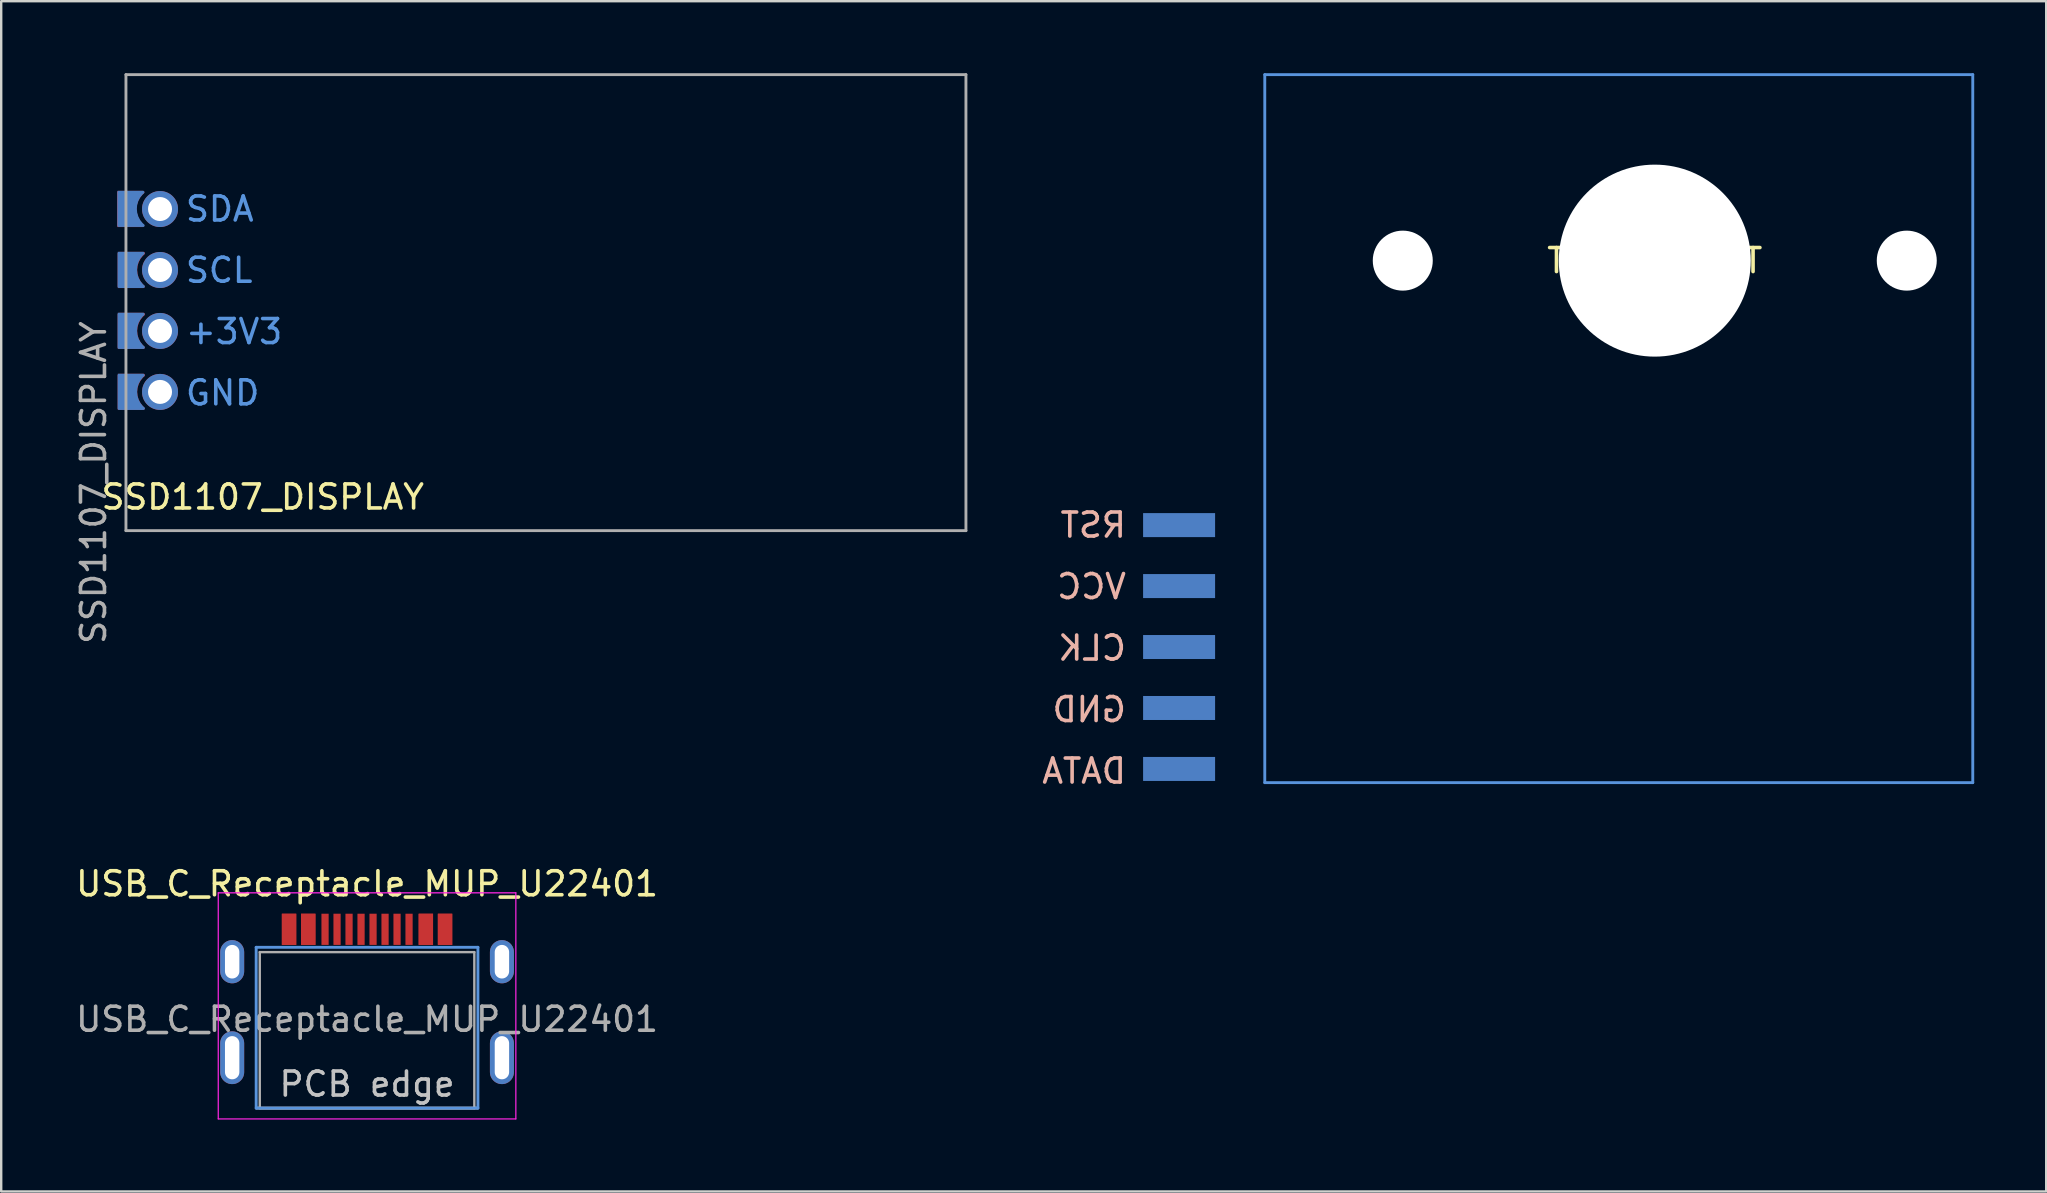
<source format=kicad_pcb>
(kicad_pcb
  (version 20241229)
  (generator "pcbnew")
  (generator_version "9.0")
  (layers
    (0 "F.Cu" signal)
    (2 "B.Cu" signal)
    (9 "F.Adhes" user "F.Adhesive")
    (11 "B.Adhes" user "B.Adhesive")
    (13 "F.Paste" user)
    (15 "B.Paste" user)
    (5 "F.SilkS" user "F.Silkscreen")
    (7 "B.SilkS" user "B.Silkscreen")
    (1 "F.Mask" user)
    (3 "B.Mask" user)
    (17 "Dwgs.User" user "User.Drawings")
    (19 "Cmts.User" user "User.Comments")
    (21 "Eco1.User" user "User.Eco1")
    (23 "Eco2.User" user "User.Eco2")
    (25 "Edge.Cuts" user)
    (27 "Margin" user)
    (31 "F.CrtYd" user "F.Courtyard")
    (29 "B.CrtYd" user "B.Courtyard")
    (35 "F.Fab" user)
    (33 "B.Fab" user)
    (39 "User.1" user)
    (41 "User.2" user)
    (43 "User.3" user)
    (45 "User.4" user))
  (footprint "SSD1107_DISPLAY"
    (layer "F.Cu")
    (at 2.198 19.06)
    (property "Reference" "SSD1107_DISPLAY" (at 5.7 -1.4 180) (layer "F.SilkS") (effects (font (size 1 1) (thickness 0.15))))
    (attr through_hole)
    (fp_line (start 0 0) (end 0 -19) (stroke (width 0.12) (type solid)) (layer "F.Fab"))
    (fp_line (start 35 -19) (end 0 -19) (stroke (width 0.12) (type solid)) (layer "F.Fab"))
    (fp_line (start 35 0) (end 0 0) (stroke (width 0.12) (type solid)) (layer "F.Fab"))
    (fp_line (start 35 0) (end 35 -19) (stroke (width 0.12) (type solid)) (layer "F.Fab"))
    (fp_text user "+3V3" (at 4.505 -8.293 0) (layer "Cmts.User") (effects (font (size 1 1) (thickness 0.15))))
    (fp_text user "SCL" (at 3.886 -10.847 0) (layer "Cmts.User") (effects (font (size 1 1) (thickness 0.15))))
    (fp_text user "GND" (at 4.029 -5.74 0) (layer "Cmts.User") (effects (font (size 1 1) (thickness 0.15))))
    (fp_text user "SDA" (at 3.91 -13.4 0) (layer "Cmts.User") (effects (font (size 1 1) (thickness 0.15))))
    (fp_text user "${REFERENCE}" (at -1.35 -2 270) (layer "F.Fab") (effects (font (size 1 1) (thickness 0.15))))
    (pad "" thru_hole oval (at 1.42 -13.4 180) (size 1.5 1.5) (drill 1) (layers "*.Cu" "*.Mask"))
    (pad "" thru_hole oval (at 1.42 -10.86 180) (size 1.5 1.5) (drill 1) (layers "*.Cu" "*.Mask"))
    (pad "" thru_hole oval (at 1.42 -8.32 180) (size 1.5 1.5) (drill 1) (layers "*.Cu" "*.Mask"))
    (pad "" thru_hole circle (at 1.42 -5.78 180) (size 1.5 1.5) (drill 1) (layers "*.Cu" "*.Mask"))
    (pad "1" smd custom (at 0.05 -13.41) (size 0.8 1.5) (layers "B.Cu" "B.Mask" "B.Paste") (options (anchor rect)) (primitives (gr_poly (pts (xy 0.56 -0.67) (xy 0.34 -0.67) (xy 0.34 -0.3)) (width 0.1) (fill yes)) (gr_line (start 0.67 0.697) (end -0.35 0.697) (width 0.12)) (gr_poly (pts (xy 0.54 0.67) (xy 0.32 0.67) (xy 0.32 0.3)) (width 0.1) (fill yes)) (gr_line (start -0.35 0.697) (end -0.35 -0.69) (width 0.12)) (gr_arc (start 0.67 0.697) (mid 0.346834 0.00607) (end 0.660787 -0.689095) (width 0.12)) (gr_line (start -0.35 -0.69) (end 0.66 -0.69) (width 0.12))))
    (pad "1" smd custom (at 0.064 -5.779) (size 0.8 1.5) (layers "F.Cu" "F.Mask" "F.Paste") (options (anchor rect)) (primitives (gr_poly (pts (xy 0.56 0.67) (xy 0.34 0.67) (xy 0.34 0.3)) (width 0.1) (fill yes)) (gr_line (start 0.67 -0.697) (end -0.35 -0.697) (width 0.12)) (gr_poly (pts (xy 0.54 -0.67) (xy 0.32 -0.67) (xy 0.32 -0.3)) (width 0.1) (fill yes)) (gr_line (start -0.35 -0.697) (end -0.35 0.69) (width 0.12)) (gr_arc (start 0.660787 0.689095) (mid 0.346834 -0.00607) (end 0.67 -0.697) (width 0.12)) (gr_line (start -0.35 0.69) (end 0.66 0.69) (width 0.12))))
    (pad "2" smd custom (at 0.06 -10.868) (size 0.8 1.5) (layers "B.Cu" "B.Mask" "B.Paste") (options (anchor rect)) (primitives (gr_poly (pts (xy 0.56 -0.67) (xy 0.34 -0.67) (xy 0.34 -0.3)) (width 0.1) (fill yes)) (gr_line (start 0.67 0.697) (end -0.35 0.697) (width 0.12)) (gr_poly (pts (xy 0.54 0.67) (xy 0.32 0.67) (xy 0.32 0.3)) (width 0.1) (fill yes)) (gr_line (start -0.35 0.697) (end -0.35 -0.69) (width 0.12)) (gr_arc (start 0.67 0.697) (mid 0.346834 0.00607) (end 0.660787 -0.689095) (width 0.12)) (gr_line (start -0.35 -0.69) (end 0.66 -0.69) (width 0.12))))
    (pad "2" smd custom (at 0.064 -8.319) (size 0.8 1.5) (layers "F.Cu" "F.Mask" "F.Paste") (options (anchor rect)) (primitives (gr_poly (pts (xy 0.56 0.67) (xy 0.34 0.67) (xy 0.34 0.3)) (width 0.1) (fill yes)) (gr_line (start 0.67 -0.697) (end -0.35 -0.697) (width 0.12)) (gr_poly (pts (xy 0.54 -0.67) (xy 0.32 -0.67) (xy 0.32 -0.3)) (width 0.1) (fill yes)) (gr_line (start -0.35 -0.697) (end -0.35 0.69) (width 0.12)) (gr_arc (start 0.660787 0.689095) (mid 0.346834 -0.00607) (end 0.67 -0.697) (width 0.12)) (gr_line (start -0.35 0.69) (end 0.66 0.69) (width 0.12))))
    (pad "3" smd custom (at 0.06 -8.329) (size 0.8 1.5) (layers "B.Cu" "B.Mask" "B.Paste") (options (anchor rect)) (primitives (gr_poly (pts (xy 0.56 -0.67) (xy 0.34 -0.67) (xy 0.34 -0.3)) (width 0.1) (fill yes)) (gr_line (start 0.67 0.697) (end -0.35 0.697) (width 0.12)) (gr_poly (pts (xy 0.54 0.67) (xy 0.32 0.67) (xy 0.32 0.3)) (width 0.1) (fill yes)) (gr_line (start -0.35 0.697) (end -0.35 -0.69) (width 0.12)) (gr_arc (start 0.67 0.697) (mid 0.346834 0.00607) (end 0.660787 -0.689095) (width 0.12)) (gr_line (start -0.35 -0.69) (end 0.66 -0.69) (width 0.12))))
    (pad "3" smd custom (at 0.064 -10.858) (size 0.8 1.5) (layers "F.Cu" "F.Mask" "F.Paste") (options (anchor rect)) (primitives (gr_poly (pts (xy 0.56 0.67) (xy 0.34 0.67) (xy 0.34 0.3)) (width 0.1) (fill yes)) (gr_line (start 0.67 -0.697) (end -0.35 -0.697) (width 0.12)) (gr_poly (pts (xy 0.54 -0.67) (xy 0.32 -0.67) (xy 0.32 -0.3)) (width 0.1) (fill yes)) (gr_line (start -0.35 -0.697) (end -0.35 0.69) (width 0.12)) (gr_arc (start 0.660787 0.689095) (mid 0.346834 -0.00607) (end 0.67 -0.697) (width 0.12)) (gr_line (start -0.35 0.69) (end 0.66 0.69) (width 0.12))))
    (pad "4" smd custom (at 0.04 -13.4) (size 0.8 1.5) (layers "F.Cu" "F.Mask" "F.Paste") (options (anchor rect)) (primitives (gr_poly (pts (xy 0.56 0.67) (xy 0.34 0.67) (xy 0.34 0.3)) (width 0.1) (fill yes)) (gr_line (start 0.67 -0.697) (end -0.35 -0.697) (width 0.12)) (gr_poly (pts (xy 0.54 -0.67) (xy 0.32 -0.67) (xy 0.32 -0.3)) (width 0.1) (fill yes)) (gr_line (start -0.35 -0.697) (end -0.35 0.69) (width 0.12)) (gr_arc (start 0.660787 0.689095) (mid 0.346834 -0.00607) (end 0.67 -0.697) (width 0.12)) (gr_line (start -0.35 0.69) (end 0.66 0.69) (width 0.12))))
    (pad "4" smd custom (at 0.062 -5.787) (size 0.8 1.5) (layers "B.Cu" "B.Mask" "B.Paste") (options (anchor rect)) (primitives (gr_poly (pts (xy 0.56 -0.67) (xy 0.34 -0.67) (xy 0.34 -0.3)) (width 0.1) (fill yes)) (gr_line (start 0.67 0.697) (end -0.35 0.697) (width 0.12)) (gr_poly (pts (xy 0.54 0.67) (xy 0.32 0.67) (xy 0.32 0.3)) (width 0.1) (fill yes)) (gr_line (start -0.35 0.697) (end -0.35 -0.69) (width 0.12)) (gr_arc (start 0.67 0.697) (mid 0.346834 0.00607) (end 0.660787 -0.689095) (width 0.12)) (gr_line (start -0.35 -0.69) (end 0.66 -0.69) (width 0.12)))))
  (footprint "USB_C_Receptacle_MUP_U22401"
    (layer "F.Cu")
    (at 12.244 39.072)
    (property "Reference" "USB_C_Receptacle_MUP_U22401" (at 0 -5.295 0) (layer "F.SilkS") (effects (font (size 1 1) (thickness 0.15))))
    (attr smd)
    (fp_line (start -4.6 4.05) (end 4.6 4.05) (stroke (width 0.12) (type solid)) (layer "Dwgs.User"))
    (fp_line (start -4.62 4.05) (end -4.62 -2.65) (stroke (width 0.12) (type solid)) (layer "Cmts.User"))
    (fp_line (start -4.62 4.05) (end 4.62 4.05) (stroke (width 0.12) (type solid)) (layer "Cmts.User"))
    (fp_line (start 4.62 -2.65) (end -4.62 -2.65) (stroke (width 0.12) (type solid)) (layer "Cmts.User"))
    (fp_line (start 4.62 4.05) (end 4.62 -2.65) (stroke (width 0.12) (type solid)) (layer "Cmts.User"))
    (fp_line (start -6.2 -4.92) (end -6.2 4.5) (stroke (width 0.05) (type solid)) (layer "F.CrtYd"))
    (fp_line (start -6.2 -4.92) (end 6.2 -4.92) (stroke (width 0.05) (type solid)) (layer "F.CrtYd"))
    (fp_line (start -6.2 4.5) (end 6.2 4.5) (stroke (width 0.05) (type solid)) (layer "F.CrtYd"))
    (fp_line (start 6.2 -4.92) (end 6.2 4.5) (stroke (width 0.05) (type solid)) (layer "F.CrtYd"))
    (fp_line (start -4.47 -2.45) (end -4.47 4.05) (stroke (width 0.1) (type solid)) (layer "F.Fab"))
    (fp_line (start -4.47 -2.45) (end 4.47 -2.45) (stroke (width 0.1) (type solid)) (layer "F.Fab"))
    (fp_line (start -4.47 4.05) (end 4.47 4.05) (stroke (width 0.1) (type solid)) (layer "F.Fab"))
    (fp_line (start 4.47 -2.45) (end 4.47 4.05) (stroke (width 0.1) (type solid)) (layer "F.Fab"))
    (fp_text user "PCB edge" (at 0 3.05 0) (layer "Dwgs.User") (effects (font (size 1 1) (thickness 0.15))))
    (fp_text user "${REFERENCE}" (at 0 0.35 0) (layer "F.Fab") (effects (font (size 1 1) (thickness 0.15))))
    (pad "A1" smd rect (at -3.25 -3.4) (size 0.6 1.3) (layers "F.Cu" "F.Mask" "F.Paste"))
    (pad "A4" smd rect (at -2.45 -3.4) (size 0.6 1.3) (layers "F.Cu" "F.Mask" "F.Paste"))
    (pad "A5" smd rect (at -1.25 -3.4) (size 0.3 1.3) (layers "F.Cu" "F.Mask" "F.Paste"))
    (pad "A6" smd rect (at -0.25 -3.4) (size 0.3 1.3) (layers "F.Cu" "F.Mask" "F.Paste"))
    (pad "A7" smd rect (at 0.25 -3.4) (size 0.3 1.3) (layers "F.Cu" "F.Mask" "F.Paste"))
    (pad "A8" smd rect (at 1.25 -3.4) (size 0.3 1.3) (layers "F.Cu" "F.Mask" "F.Paste"))
    (pad "A9" smd rect (at 2.45 -3.4) (size 0.6 1.3) (layers "F.Cu" "F.Mask" "F.Paste"))
    (pad "A12" smd rect (at 3.25 -3.4) (size 0.6 1.3) (layers "F.Cu" "F.Mask" "F.Paste"))
    (pad "B1" smd rect (at 3.25 -3.4) (size 0.6 1.3) (layers "F.Cu" "F.Mask" "F.Paste"))
    (pad "B4" smd rect (at 2.45 -3.4) (size 0.6 1.3) (layers "F.Cu" "F.Mask" "F.Paste"))
    (pad "B5" smd rect (at 1.75 -3.4) (size 0.3 1.3) (layers "F.Cu" "F.Mask" "F.Paste"))
    (pad "B6" smd rect (at 0.75 -3.4) (size 0.3 1.3) (layers "F.Cu" "F.Mask" "F.Paste"))
    (pad "B7" smd rect (at -0.75 -3.4) (size 0.3 1.3) (layers "F.Cu" "F.Mask" "F.Paste"))
    (pad "B8" smd rect (at -1.75 -3.4) (size 0.3 1.3) (layers "F.Cu" "F.Mask" "F.Paste"))
    (pad "B9" smd rect (at -2.45 -3.4) (size 0.6 1.3) (layers "F.Cu" "F.Mask" "F.Paste"))
    (pad "B12" smd rect (at -3.25 -3.4) (size 0.6 1.3) (layers "F.Cu" "F.Mask" "F.Paste"))
    (pad "S1" thru_hole oval (at -5.62 -2.05) (size 1 1.8) (drill oval 0.6 1.4) (layers "*.Cu" "*.Mask"))
    (pad "S1" thru_hole oval (at -5.62 1.95) (size 1 2.2) (drill oval 0.6 1.8) (layers "*.Cu" "*.Mask"))
    (pad "S1" thru_hole oval (at 5.62 -2.05) (size 1 1.8) (drill oval 0.6 1.4) (layers "*.Cu" "*.Mask"))
    (pad "S1" thru_hole oval (at 5.62 1.95) (size 1 2.2) (drill oval 0.6 1.8) (layers "*.Cu" "*.Mask")))
  (footprint "TRACKPOINT"
    (layer "F.Cu")
    (at 65.9 7.81)
    (property "Reference" "TRACKPOINT" (at 0 0 0) (layer "F.SilkS") (effects (font (size 1 1) (thickness 0.15))))
    (attr through_hole)
    (fp_line (start -16.25 -7.75) (end -16.25 21.75) (stroke (width 0.12) (type solid)) (layer "Cmts.User"))
    (fp_line (start -16.25 21.75) (end 13.25 21.75) (stroke (width 0.12) (type solid)) (layer "Cmts.User"))
    (fp_line (start 13.25 -7.75) (end -16.25 -7.75) (stroke (width 0.12) (type solid)) (layer "Cmts.User"))
    (fp_line (start 13.25 -7.75) (end 13.25 21.75) (stroke (width 0.12) (type solid)) (layer "Cmts.User"))
    (fp_text user "RST" (at -23.397 11.02 0) (layer "B.SilkS") (effects (font (size 1 1) (thickness 0.15)) (justify mirror)))
    (fp_text user "VCC" (at -23.469 13.582 0) (layer "B.SilkS") (effects (font (size 1 1) (thickness 0.15)) (justify mirror)))
    (fp_text user "CLK" (at -23.445 16.145 0) (layer "B.SilkS") (effects (font (size 1 1) (thickness 0.15)) (justify mirror)))
    (fp_text user "GND" (at -23.564 18.707 0) (layer "B.SilkS") (effects (font (size 1 1) (thickness 0.15)) (justify mirror)))
    (fp_text user "DATA" (at -23.778 21.27 0) (layer "B.SilkS") (effects (font (size 1 1) (thickness 0.15)) (justify mirror)))
    (pad "" np_thru_hole circle (at -10.5 0) (size 2.5 2.5) (drill 2.5) (layers "*.Cu" "*.Mask"))
    (pad "" np_thru_hole circle (at 0 0) (size 8 8) (drill 8) (layers "*.Cu" "*.Mask"))
    (pad "" np_thru_hole circle (at 10.5 0) (size 2.5 2.5) (drill 2.5) (layers "*.Cu" "*.Mask"))
    (pad "1" smd rect (at -19.82 11.02) (size 3 1) (layers "B.Cu" "B.Mask" "B.Paste"))
    (pad "2" smd rect (at -19.82 13.56) (size 3 1) (layers "B.Cu" "B.Mask" "B.Paste"))
    (pad "3" smd rect (at -19.82 16.1) (size 3 1) (layers "B.Cu" "B.Mask" "B.Paste"))
    (pad "4" smd rect (at -19.82 18.64) (size 3 1) (layers "B.Cu" "B.Mask" "B.Paste"))
    (pad "5" smd rect (at -19.82 21.18) (size 3 1) (layers "B.Cu" "B.Mask" "B.Paste")))
  (gr_rect
    (start -3 -3)
    (end 82.21 46.596)
    (stroke (width 0.1) (type default))
    (fill no)
    (layer "Edge.Cuts")))
</source>
